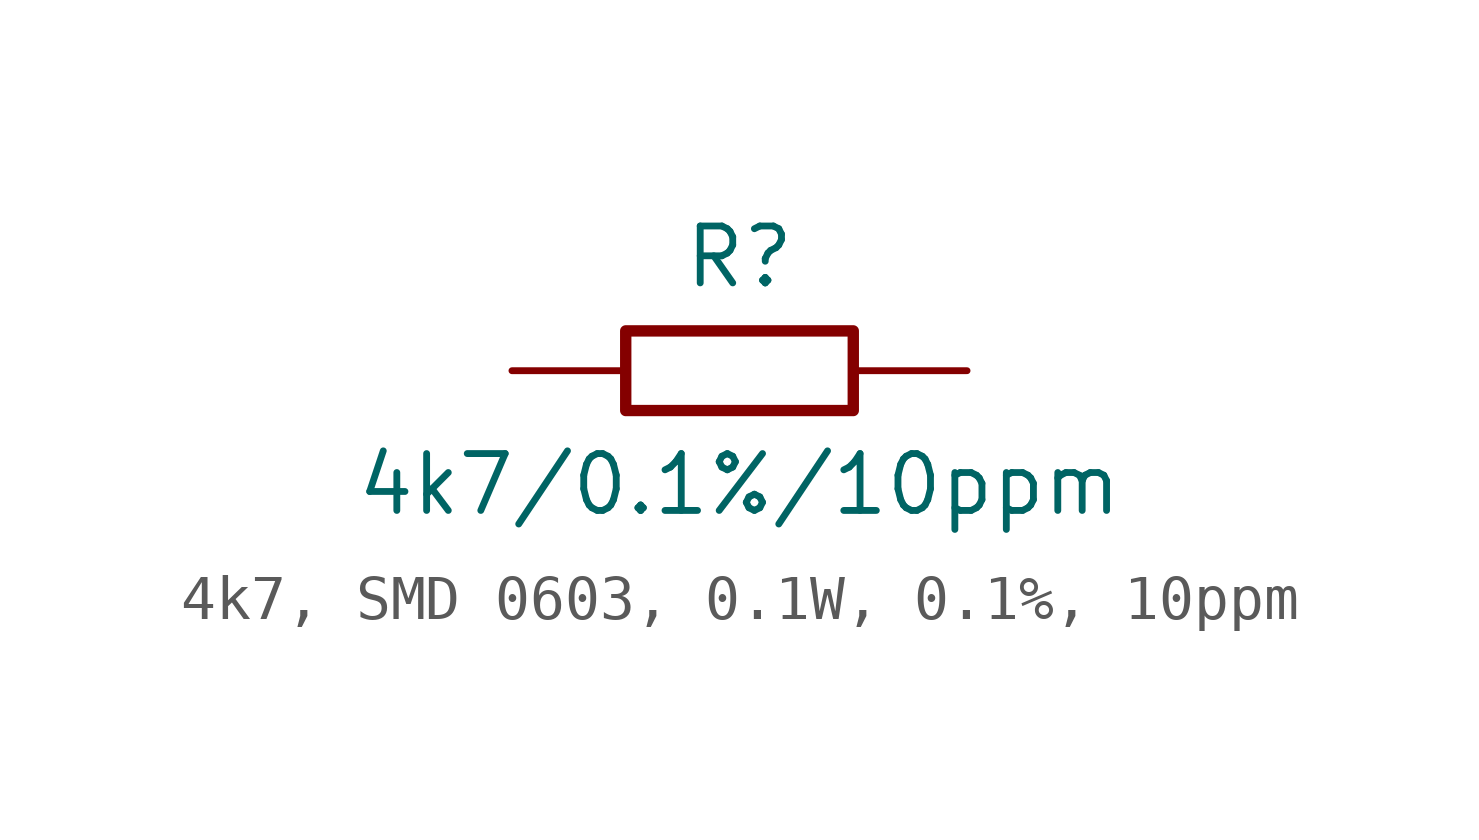
<source format=kicad_sym>
(kicad_symbol_lib
  (version 20241209)
  (generator "kicad_symbol_editor")
  (generator_version "9.0")
  (symbol "4k7, SMD 0603, 0.1W, 0.1%, 10ppm"
    (pin_numbers
      (hide yes))
    (pin_names
      (offset 0)
      (hide yes))
    (property "Reference" "R"
      (at 0 2.54 0)
      (effects (font (size 1.27 1.27))))
    (property "Value" "4k7/0.1%/10ppm"
      (at 0 -2.54 0)
      (effects (font (size 1.27 1.27))))
    (symbol "4k7, SMD 0603, 0.1W, 0.1%, 10ppm_0_1"
      (rectangle (start -2.54 0.889) (end 2.54 -0.889) (stroke (width 0.254) (type default)) (fill (type none))))
    (symbol "4k7, SMD 0603, 0.1W, 0.1%, 10ppm_1_1"
      (pin passive line (at -5.08 0 0) (length 2.54) (name "1" (effects (font (size 1.27 1.27)))) (number "1" (effects (font (size 1.27 1.27)))))
      (pin passive line (at 5.08 0 180) (length 2.54) (name "2" (effects (font (size 1.27 1.27)))) (number "2" (effects (font (size 1.27 1.27))))))))
</source>
